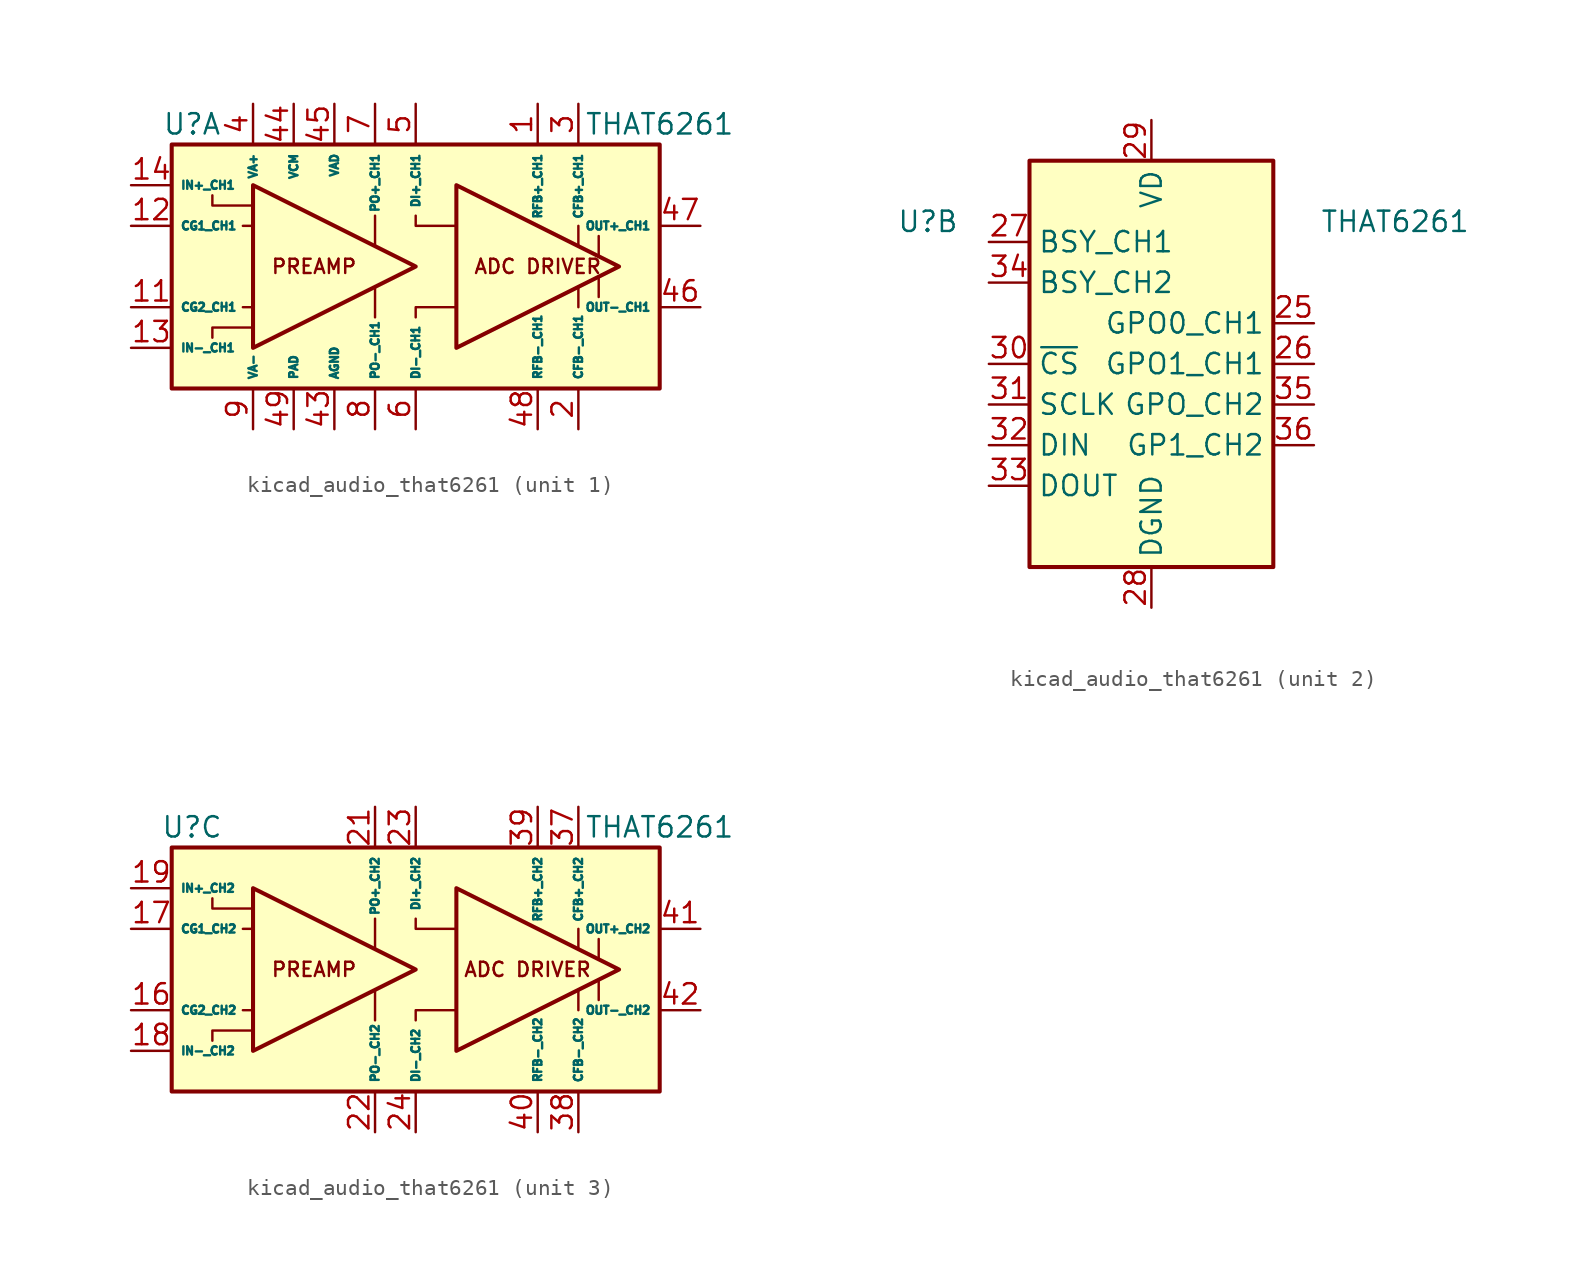
<source format=kicad_sym>
(kicad_symbol_lib
  (version 20220914)
  (generator kicad_symbol_editor)
  (symbol "kicad_audio_that6261"
    (property "Reference" "U"
      (at -13.97 8.89 0)
      (effects (font (size 1.27 1.27))))
    (property "Value" "THAT6261"
      (at 15.24 8.89 0)
      (effects (font (size 1.27 1.27))))
    (property "ki_locked" ""
      (at 0 0 0)
      (effects (font (size 1.27 1.27))))
    (symbol "kicad_audio_that6261_1_0"
      (polyline (pts (xy -10.795 -2.54) (xy -10.16 -2.54)) (stroke (width 0) (type default)) (fill (type none)))
      (polyline (pts (xy -10.795 2.54) (xy -10.16 2.54)) (stroke (width 0) (type default)) (fill (type none)))
      (polyline (pts (xy -2.54 -3.175) (xy -2.54 -1.27)) (stroke (width 0) (type default)) (fill (type none)))
      (polyline (pts (xy -2.54 3.175) (xy -2.54 1.27)) (stroke (width 0) (type default)) (fill (type none)))
      (polyline (pts (xy 10.16 -1.27) (xy 10.16 -2.54)) (stroke (width 0) (type default)) (fill (type none)))
      (polyline (pts (xy 10.16 2.54) (xy 10.16 1.27)) (stroke (width 0) (type default)) (fill (type none)))
      (polyline (pts (xy 11.43 -1.905) (xy 11.43 -0.635)) (stroke (width 0) (type default)) (fill (type none)))
      (polyline (pts (xy 11.43 0.635) (xy 11.43 1.905)) (stroke (width 0) (type default)) (fill (type none)))
      (polyline (pts (xy -12.7 -4.445) (xy -12.7 -3.81) (xy -10.16 -3.81)) (stroke (width 0) (type default)) (fill (type none)))
      (polyline (pts (xy 0 -3.175) (xy 0 -2.54) (xy 2.54 -2.54)) (stroke (width 0) (type default)) (fill (type none)))
      (polyline (pts (xy 0 3.175) (xy 0 2.54) (xy 2.54 2.54)) (stroke (width 0) (type default)) (fill (type none)))
      (polyline (pts (xy -12.7 4.445) (xy -12.7 3.81) (xy -10.795 3.81) (xy -10.16 3.81)) (stroke (width 0) (type default)) (fill (type none)))
      (text "ADC DRIVER" (at 7.62 0 0) (effects (font (size 0.889 0.889))))
      (text "PREAMP" (at -6.35 0 0) (effects (font (size 0.889 0.889)))))
    (symbol "kicad_audio_that6261_1_1"
      (rectangle (start -15.24 7.62) (end 15.24 -7.62) (stroke (width 0.254) (type default)) (fill (type background)))
      (polyline (pts (xy 0 0) (xy -10.16 5.08) (xy -10.16 -5.08) (xy 0 0)) (stroke (width 0.254) (type default)) (fill (type background)))
      (polyline (pts (xy 2.54 -5.08) (xy 2.54 5.08) (xy 12.7 0) (xy 2.54 -5.08)) (stroke (width 0.254) (type default)) (fill (type background)))
      (pin passive line (at 7.62 10.16 270) (length 2.54) (name "RFB+_CH1" (effects (font (size 0.508 0.508)))) (number "1" (effects (font (size 1.27 1.27)))))
      (pin passive line (at -10.16 10.16 270) (length 2.54) hide (name "VA+" (effects (font (size 0.508 0.508)))) (number "10" (effects (font (size 1.27 1.27)))))
      (pin passive line (at -17.78 -2.54 0) (length 2.54) (name "CG2_CH1" (effects (font (size 0.508 0.508)))) (number "11" (effects (font (size 1.27 1.27)))))
      (pin passive line (at -17.78 2.54 0) (length 2.54) (name "CG1_CH1" (effects (font (size 0.508 0.508)))) (number "12" (effects (font (size 1.27 1.27)))))
      (pin input line (at -17.78 -5.08 0) (length 2.54) (name "IN-_CH1" (effects (font (size 0.508 0.508)))) (number "13" (effects (font (size 1.27 1.27)))))
      (pin input line (at -17.78 5.08 0) (length 2.54) (name "IN+_CH1" (effects (font (size 0.508 0.508)))) (number "14" (effects (font (size 1.27 1.27)))))
      (pin passive line (at -10.16 -10.16 90) (length 2.54) hide (name "VA-" (effects (font (size 0.508 0.508)))) (number "15" (effects (font (size 1.27 1.27)))))
      (pin passive line (at 10.16 -10.16 90) (length 2.54) (name "CFB-_CH1" (effects (font (size 0.508 0.508)))) (number "2" (effects (font (size 1.27 1.27)))))
      (pin passive line (at -10.16 -10.16 90) (length 2.54) hide (name "VA-" (effects (font (size 0.508 0.508)))) (number "20" (effects (font (size 1.27 1.27)))))
      (pin passive line (at 10.16 10.16 270) (length 2.54) (name "CFB+_CH1" (effects (font (size 0.508 0.508)))) (number "3" (effects (font (size 1.27 1.27)))))
      (pin power_in line (at -10.16 10.16 270) (length 2.54) (name "VA+" (effects (font (size 0.508 0.508)))) (number "4" (effects (font (size 1.27 1.27)))))
      (pin power_in line (at -5.08 -10.16 90) (length 2.54) (name "AGND" (effects (font (size 0.508 0.508)))) (number "43" (effects (font (size 1.27 1.27)))))
      (pin power_in line (at -7.62 10.16 270) (length 2.54) (name "VCM" (effects (font (size 0.508 0.508)))) (number "44" (effects (font (size 1.27 1.27)))))
      (pin power_in line (at -5.08 10.16 270) (length 2.54) (name "VAD" (effects (font (size 0.508 0.508)))) (number "45" (effects (font (size 1.27 1.27)))))
      (pin output line (at 17.78 -2.54 180) (length 2.54) (name "OUT-_CH1" (effects (font (size 0.508 0.508)))) (number "46" (effects (font (size 1.27 1.27)))))
      (pin output line (at 17.78 2.54 180) (length 2.54) (name "OUT+_CH1" (effects (font (size 0.508 0.508)))) (number "47" (effects (font (size 1.27 1.27)))))
      (pin passive line (at 7.62 -10.16 90) (length 2.54) (name "RFB-_CH1" (effects (font (size 0.508 0.508)))) (number "48" (effects (font (size 1.27 1.27)))))
      (pin passive line (at -7.62 -10.16 90) (length 2.54) (name "PAD" (effects (font (size 0.508 0.508)))) (number "49" (effects (font (size 1.27 1.27)))))
      (pin input line (at 0 10.16 270) (length 2.54) (name "DI+_CH1" (effects (font (size 0.508 0.508)))) (number "5" (effects (font (size 1.27 1.27)))))
      (pin input line (at 0 -10.16 90) (length 2.54) (name "DI-_CH1" (effects (font (size 0.508 0.508)))) (number "6" (effects (font (size 1.27 1.27)))))
      (pin output line (at -2.54 10.16 270) (length 2.54) (name "PO+_CH1" (effects (font (size 0.508 0.508)))) (number "7" (effects (font (size 1.27 1.27)))))
      (pin output line (at -2.54 -10.16 90) (length 2.54) (name "PO-_CH1" (effects (font (size 0.508 0.508)))) (number "8" (effects (font (size 1.27 1.27)))))
      (pin power_in line (at -10.16 -10.16 90) (length 2.54) (name "VA-" (effects (font (size 0.508 0.508)))) (number "9" (effects (font (size 1.27 1.27))))))
    (symbol "kicad_audio_that6261_2_1"
      (rectangle (start -7.62 12.7) (end 7.62 -12.7) (stroke (width 0.254) (type default)) (fill (type background)))
      (pin output line (at 10.16 2.54 180) (length 2.54) (name "GPO0_CH1" (effects (font (size 1.27 1.27)))) (number "25" (effects (font (size 1.27 1.27)))))
      (pin output line (at 10.16 0 180) (length 2.54) (name "GPO1_CH1" (effects (font (size 1.27 1.27)))) (number "26" (effects (font (size 1.27 1.27)))))
      (pin output line (at -10.16 7.62 0) (length 2.54) (name "BSY_CH1" (effects (font (size 1.27 1.27)))) (number "27" (effects (font (size 1.27 1.27)))))
      (pin power_in line (at 0 -15.24 90) (length 2.54) (name "DGND" (effects (font (size 1.27 1.27)))) (number "28" (effects (font (size 1.27 1.27)))))
      (pin power_in line (at 0 15.24 270) (length 2.54) (name "VD" (effects (font (size 1.27 1.27)))) (number "29" (effects (font (size 1.27 1.27)))))
      (pin input line (at -10.16 0 0) (length 2.54) (name "~{CS}" (effects (font (size 1.27 1.27)))) (number "30" (effects (font (size 1.27 1.27)))))
      (pin input line (at -10.16 -2.54 0) (length 2.54) (name "SCLK" (effects (font (size 1.27 1.27)))) (number "31" (effects (font (size 1.27 1.27)))))
      (pin input line (at -10.16 -5.08 0) (length 2.54) (name "DIN" (effects (font (size 1.27 1.27)))) (number "32" (effects (font (size 1.27 1.27)))))
      (pin tri_state line (at -10.16 -7.62 0) (length 2.54) (name "DOUT" (effects (font (size 1.27 1.27)))) (number "33" (effects (font (size 1.27 1.27)))))
      (pin output line (at -10.16 5.08 0) (length 2.54) (name "BSY_CH2" (effects (font (size 1.27 1.27)))) (number "34" (effects (font (size 1.27 1.27)))))
      (pin output line (at 10.16 -2.54 180) (length 2.54) (name "GPO_CH2" (effects (font (size 1.27 1.27)))) (number "35" (effects (font (size 1.27 1.27)))))
      (pin output line (at 10.16 -5.08 180) (length 2.54) (name "GP1_CH2" (effects (font (size 1.27 1.27)))) (number "36" (effects (font (size 1.27 1.27))))))
    (symbol "kicad_audio_that6261_3_0"
      (polyline (pts (xy -10.795 2.54) (xy -10.16 2.54)) (stroke (width 0) (type default)) (fill (type none)))
      (polyline (pts (xy -10.16 -2.54) (xy -10.795 -2.54)) (stroke (width 0) (type default)) (fill (type none)))
      (polyline (pts (xy -2.54 -3.175) (xy -2.54 -1.27)) (stroke (width 0) (type default)) (fill (type none)))
      (polyline (pts (xy -2.54 3.175) (xy -2.54 1.27)) (stroke (width 0) (type default)) (fill (type none)))
      (polyline (pts (xy 10.16 -1.27) (xy 10.16 -2.54)) (stroke (width 0) (type default)) (fill (type none)))
      (polyline (pts (xy 10.16 2.54) (xy 10.16 1.27)) (stroke (width 0) (type default)) (fill (type none)))
      (polyline (pts (xy 11.43 -0.635) (xy 11.43 -1.905)) (stroke (width 0) (type default)) (fill (type none)))
      (polyline (pts (xy 11.43 1.905) (xy 11.43 0.635)) (stroke (width 0) (type default)) (fill (type none)))
      (polyline (pts (xy -12.7 -4.445) (xy -12.7 -3.81) (xy -10.16 -3.81)) (stroke (width 0) (type default)) (fill (type none)))
      (polyline (pts (xy -12.7 4.445) (xy -12.7 3.81) (xy -10.16 3.81)) (stroke (width 0) (type default)) (fill (type none)))
      (polyline (pts (xy 0 -3.175) (xy 0 -2.54) (xy 2.54 -2.54)) (stroke (width 0) (type default)) (fill (type none)))
      (polyline (pts (xy 0 3.175) (xy 0 2.54) (xy 2.54 2.54)) (stroke (width 0) (type default)) (fill (type none)))
      (text "ADC DRIVER" (at 6.985 0 0) (effects (font (size 0.889 0.889))))
      (text "PREAMP" (at -6.35 0 0) (effects (font (size 0.889 0.889)))))
    (symbol "kicad_audio_that6261_3_1"
      (rectangle (start -15.24 7.62) (end 15.24 -7.62) (stroke (width 0.254) (type default)) (fill (type background)))
      (polyline (pts (xy 0 0) (xy -10.16 5.08) (xy -10.16 -5.08) (xy 0 0)) (stroke (width 0.254) (type default)) (fill (type background)))
      (polyline (pts (xy 2.54 -5.08) (xy 2.54 5.08) (xy 12.7 0) (xy 2.54 -5.08)) (stroke (width 0.254) (type default)) (fill (type background)))
      (pin passive line (at -17.78 -2.54 0) (length 2.54) (name "CG2_CH2" (effects (font (size 0.508 0.508)))) (number "16" (effects (font (size 1.27 1.27)))))
      (pin passive line (at -17.78 2.54 0) (length 2.54) (name "CG1_CH2" (effects (font (size 0.508 0.508)))) (number "17" (effects (font (size 1.27 1.27)))))
      (pin input line (at -17.78 -5.08 0) (length 2.54) (name "IN-_CH2" (effects (font (size 0.508 0.508)))) (number "18" (effects (font (size 1.27 1.27)))))
      (pin input line (at -17.78 5.08 0) (length 2.54) (name "IN+_CH2" (effects (font (size 0.508 0.508)))) (number "19" (effects (font (size 1.27 1.27)))))
      (pin output line (at -2.54 10.16 270) (length 2.54) (name "PO+_CH2" (effects (font (size 0.508 0.508)))) (number "21" (effects (font (size 1.27 1.27)))))
      (pin output line (at -2.54 -10.16 90) (length 2.54) (name "PO-_CH2" (effects (font (size 0.508 0.508)))) (number "22" (effects (font (size 1.27 1.27)))))
      (pin input line (at 0 10.16 270) (length 2.54) (name "DI+_CH2" (effects (font (size 0.508 0.508)))) (number "23" (effects (font (size 1.27 1.27)))))
      (pin input line (at 0 -10.16 90) (length 2.54) (name "DI-_CH2" (effects (font (size 0.508 0.508)))) (number "24" (effects (font (size 1.27 1.27)))))
      (pin passive line (at 10.16 10.16 270) (length 2.54) (name "CFB+_CH2" (effects (font (size 0.508 0.508)))) (number "37" (effects (font (size 1.27 1.27)))))
      (pin passive line (at 10.16 -10.16 90) (length 2.54) (name "CFB-_CH2" (effects (font (size 0.508 0.508)))) (number "38" (effects (font (size 1.27 1.27)))))
      (pin passive line (at 7.62 10.16 270) (length 2.54) (name "RFB+_CH2" (effects (font (size 0.508 0.508)))) (number "39" (effects (font (size 1.27 1.27)))))
      (pin passive line (at 7.62 -10.16 90) (length 2.54) (name "RFB-_CH2" (effects (font (size 0.508 0.508)))) (number "40" (effects (font (size 1.27 1.27)))))
      (pin output line (at 17.78 2.54 180) (length 2.54) (name "OUT+_CH2" (effects (font (size 0.508 0.508)))) (number "41" (effects (font (size 1.27 1.27)))))
      (pin output line (at 17.78 -2.54 180) (length 2.54) (name "OUT-_CH2" (effects (font (size 0.508 0.508)))) (number "42" (effects (font (size 1.27 1.27))))))))
</source>
